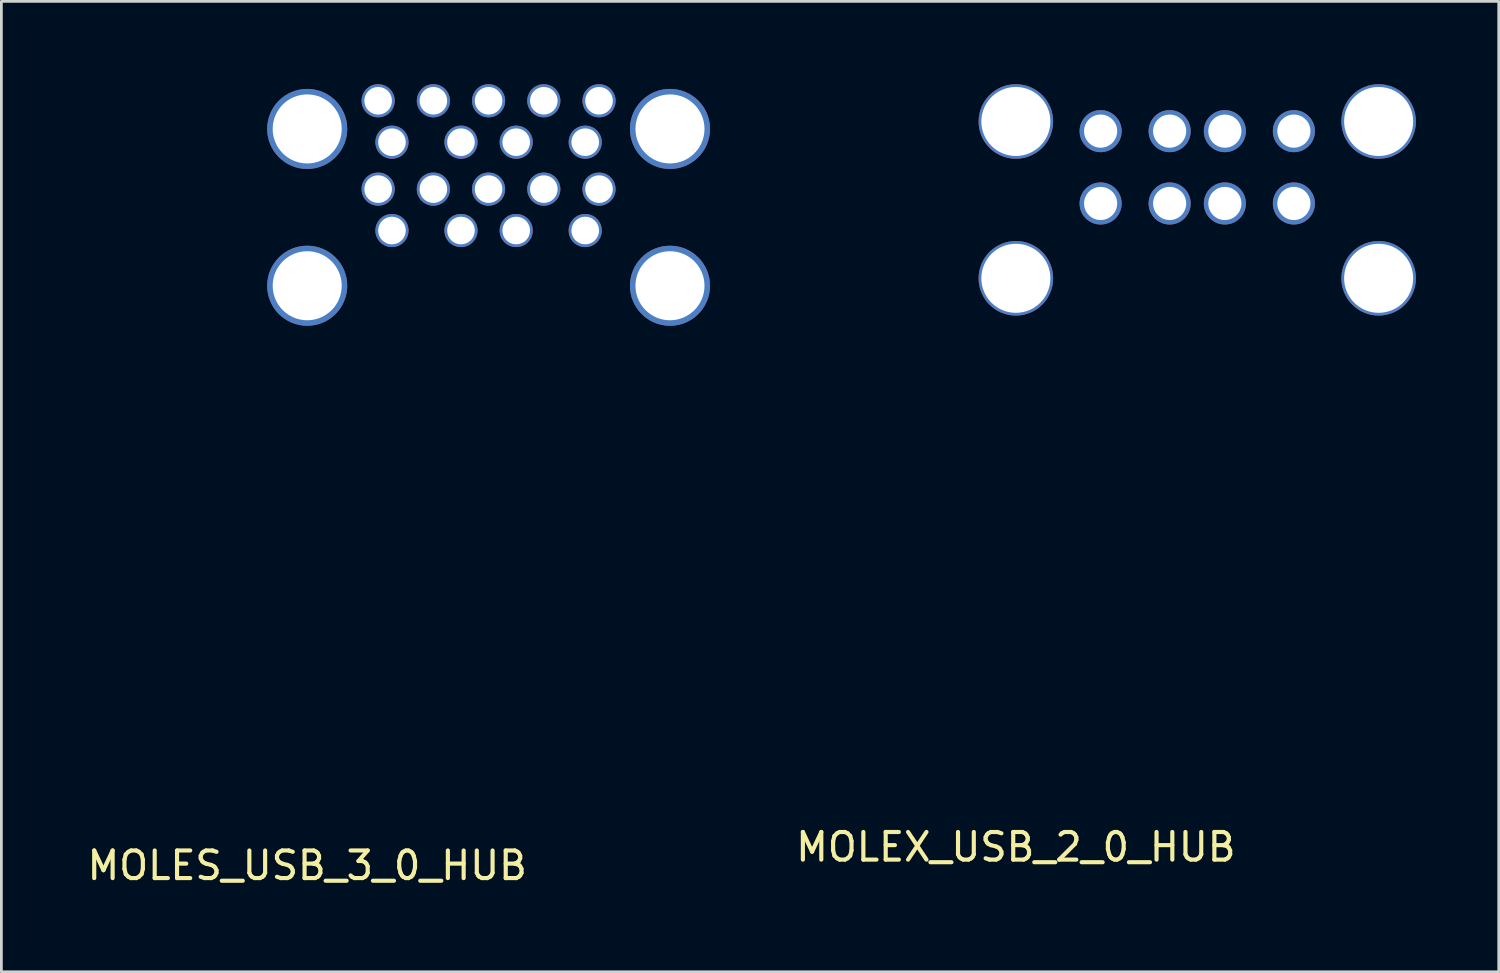
<source format=kicad_pcb>
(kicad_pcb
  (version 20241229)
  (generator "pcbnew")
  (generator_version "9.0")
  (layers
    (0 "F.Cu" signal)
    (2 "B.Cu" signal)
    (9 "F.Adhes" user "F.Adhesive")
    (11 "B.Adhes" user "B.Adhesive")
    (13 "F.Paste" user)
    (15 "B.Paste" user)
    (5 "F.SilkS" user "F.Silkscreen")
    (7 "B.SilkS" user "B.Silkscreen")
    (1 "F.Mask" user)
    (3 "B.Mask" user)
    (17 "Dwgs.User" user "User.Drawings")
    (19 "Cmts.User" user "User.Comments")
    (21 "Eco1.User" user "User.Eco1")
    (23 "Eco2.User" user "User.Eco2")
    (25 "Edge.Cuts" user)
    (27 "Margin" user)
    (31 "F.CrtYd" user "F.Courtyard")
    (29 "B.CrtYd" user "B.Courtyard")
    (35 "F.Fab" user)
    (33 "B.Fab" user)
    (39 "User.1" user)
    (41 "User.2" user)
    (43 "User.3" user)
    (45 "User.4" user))
  (footprint "MOLES_USB_3_0_HUB"
    (layer "F.Cu")
    (at 14.577 2.8)
    (property "Reference" "MOLES_USB_3_0_HUB" (at -6.5 25.5 0) (layer "F.SilkS") (effects (font (size 1 1) (thickness 0.15))))
    (attr through_hole)
    (pad "" thru_hole circle (at -6.5 -1.18) (size 2.9 2.9) (drill 2.5) (layers "*.Cu" "*.Mask"))
    (pad "" thru_hole circle (at -6.5 4.5) (size 2.9 2.9) (drill 2.5) (layers "*.Cu" "*.Mask"))
    (pad "" thru_hole circle (at 6.64 -1.18) (size 2.9 2.9) (drill 2.5) (layers "*.Cu" "*.Mask"))
    (pad "" thru_hole circle (at 6.64 4.5) (size 2.9 2.9) (drill 2.5) (layers "*.Cu" "*.Mask"))
    (pad "1" thru_hole circle (at -3.43 2.5) (size 1.2 1.2) (drill 1) (layers "*.Cu" "*.Mask"))
    (pad "2" thru_hole circle (at -0.93 2.5) (size 1.2 1.2) (drill 1) (layers "*.Cu" "*.Mask"))
    (pad "3" thru_hole circle (at 1.07 2.5) (size 1.2 1.2) (drill 1) (layers "*.Cu" "*.Mask"))
    (pad "4" thru_hole circle (at 3.57 2.5) (size 1.2 1.2) (drill 1) (layers "*.Cu" "*.Mask"))
    (pad "5" thru_hole circle (at 4.07 1) (size 1.2 1.2) (drill 1) (layers "*.Cu" "*.Mask"))
    (pad "6" thru_hole circle (at 2.07 1) (size 1.2 1.2) (drill 1) (layers "*.Cu" "*.Mask"))
    (pad "7" thru_hole circle (at 0.07 1) (size 1.2 1.2) (drill 1) (layers "*.Cu" "*.Mask"))
    (pad "8" thru_hole circle (at -1.93 1) (size 1.2 1.2) (drill 1) (layers "*.Cu" "*.Mask"))
    (pad "9" thru_hole circle (at -3.93 1) (size 1.2 1.2) (drill 1) (layers "*.Cu" "*.Mask"))
    (pad "10" thru_hole circle (at -3.43 -0.7) (size 1.2 1.2) (drill 1) (layers "*.Cu" "*.Mask"))
    (pad "11" thru_hole circle (at -0.93 -0.7) (size 1.2 1.2) (drill 1) (layers "*.Cu" "*.Mask"))
    (pad "12" thru_hole circle (at 1.07 -0.7) (size 1.2 1.2) (drill 1) (layers "*.Cu" "*.Mask"))
    (pad "13" thru_hole circle (at 3.57 -0.7) (size 1.2 1.2) (drill 1) (layers "*.Cu" "*.Mask"))
    (pad "14" thru_hole circle (at 4.07 -2.2) (size 1.2 1.2) (drill 1) (layers "*.Cu" "*.Mask"))
    (pad "15" thru_hole circle (at 2.07 -2.2) (size 1.2 1.2) (drill 1) (layers "*.Cu" "*.Mask"))
    (pad "16" thru_hole circle (at 0.07 -2.2) (size 1.2 1.2) (drill 1) (layers "*.Cu" "*.Mask"))
    (pad "17" thru_hole circle (at -1.93 -2.2) (size 1.2 1.2) (drill 1) (layers "*.Cu" "*.Mask"))
    (pad "18" thru_hole circle (at -3.93 -2.2) (size 1.2 1.2) (drill 1) (layers "*.Cu" "*.Mask")))
  (footprint "MOLEX_USB_2_0_HUB"
    (layer "F.Cu")
    (at 40.245 3.03)
    (property "Reference" "MOLEX_USB_2_0_HUB" (at -6.5 24.6 0) (layer "F.SilkS") (effects (font (size 1 1) (thickness 0.15))))
    (attr through_hole)
    (pad "" thru_hole circle (at -6.5 -1.68) (size 2.7 2.7) (drill 2.5) (layers "*.Cu" "*.Mask"))
    (pad "" thru_hole circle (at -6.5 4) (size 2.7 2.7) (drill 2.5) (layers "*.Cu" "*.Mask"))
    (pad "" thru_hole circle (at 6.64 -1.68) (size 2.7 2.7) (drill 2.5) (layers "*.Cu" "*.Mask"))
    (pad "" thru_hole circle (at 6.64 4) (size 2.7 2.7) (drill 2.5) (layers "*.Cu" "*.Mask"))
    (pad "A1" thru_hole circle (at -3.43 -1.33) (size 1.524 1.524) (drill 1.2) (layers "*.Cu" "*.Mask"))
    (pad "A2" thru_hole circle (at -0.93 -1.33) (size 1.524 1.524) (drill 1.2) (layers "*.Cu" "*.Mask"))
    (pad "A3" thru_hole circle (at 1.07 -1.33) (size 1.524 1.524) (drill 1.2) (layers "*.Cu" "*.Mask"))
    (pad "A4" thru_hole circle (at 3.57 -1.33) (size 1.524 1.524) (drill 1.2) (layers "*.Cu" "*.Mask"))
    (pad "B1" thru_hole circle (at -3.43 1.29) (size 1.524 1.524) (drill 1.2) (layers "*.Cu" "*.Mask"))
    (pad "B2" thru_hole circle (at -0.93 1.29) (size 1.524 1.524) (drill 1.2) (layers "*.Cu" "*.Mask"))
    (pad "B3" thru_hole circle (at 1.07 1.29) (size 1.524 1.524) (drill 1.2) (layers "*.Cu" "*.Mask"))
    (pad "B4" thru_hole circle (at 3.57 1.29) (size 1.524 1.524) (drill 1.2) (layers "*.Cu" "*.Mask")))
  (gr_rect
    (start -3 -3)
    (end 51.235 32.148)
    (stroke (width 0.1) (type default))
    (fill no)
    (layer "Edge.Cuts")))
</source>
